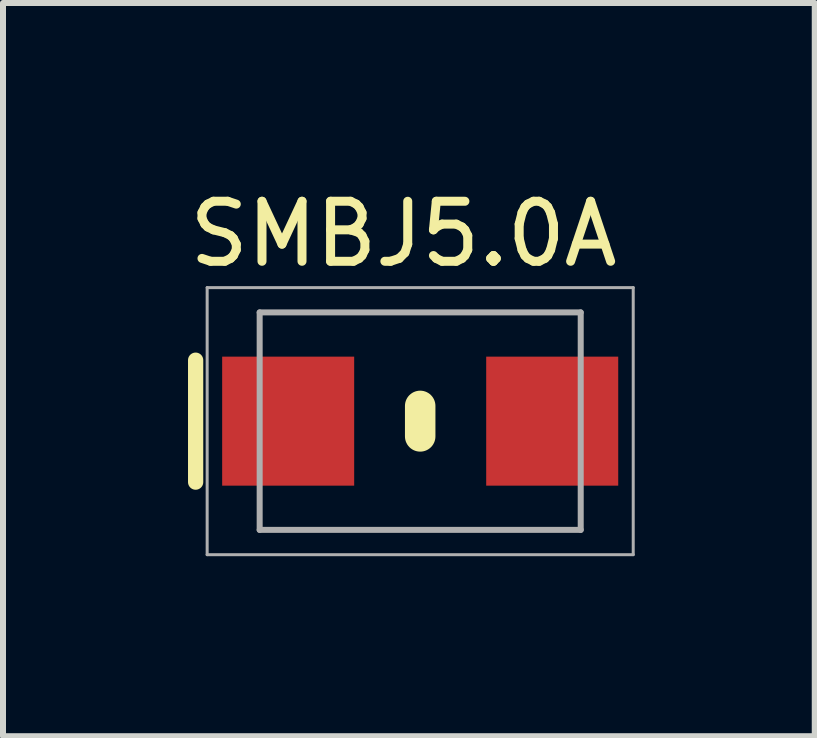
<source format=kicad_pcb>
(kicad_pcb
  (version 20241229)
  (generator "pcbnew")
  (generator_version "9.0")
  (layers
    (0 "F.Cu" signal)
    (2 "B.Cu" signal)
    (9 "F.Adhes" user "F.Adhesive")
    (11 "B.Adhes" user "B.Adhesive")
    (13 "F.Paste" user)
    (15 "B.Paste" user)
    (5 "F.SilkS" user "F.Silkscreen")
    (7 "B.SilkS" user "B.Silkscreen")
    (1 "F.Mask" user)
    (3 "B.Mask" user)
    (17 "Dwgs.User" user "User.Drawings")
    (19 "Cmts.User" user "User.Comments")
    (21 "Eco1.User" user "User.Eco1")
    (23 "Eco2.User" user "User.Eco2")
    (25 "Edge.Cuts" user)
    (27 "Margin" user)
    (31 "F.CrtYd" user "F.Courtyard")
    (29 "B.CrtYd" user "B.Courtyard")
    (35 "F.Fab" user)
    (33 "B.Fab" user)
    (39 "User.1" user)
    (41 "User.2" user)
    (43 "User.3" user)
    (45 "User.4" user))
  (footprint "SMBJ5.0A"
    (layer "F.Cu")
    (at 3.952 3.968)
    (property "Reference" "SMBJ5.0A" (at -0.279 -3.119 0) (layer "F.SilkS") (effects (font (size 1 1) (thickness 0.15))))
    (attr smd)
    (fp_line (start -3.742 1.016) (end -3.742 -1.016) (stroke (width 0.254) (type solid)) (layer "F.SilkS"))
    (fp_line (start 0 -0.254) (end 0 -0.127) (stroke (width 0.127) (type solid)) (layer "F.SilkS"))
    (fp_line (start 0 -0.254) (end 0 0.254) (stroke (width 0.508) (type solid)) (layer "F.SilkS"))
    (fp_line (start -3.55 -2.225) (end 3.55 -2.225) (stroke (width 0.05) (type solid)) (layer "F.Fab"))
    (fp_line (start -3.55 2.225) (end -3.55 -2.225) (stroke (width 0.05) (type solid)) (layer "F.Fab"))
    (fp_line (start -2.675 -1.812) (end 2.675 -1.812) (stroke (width 0.1) (type solid)) (layer "F.Fab"))
    (fp_line (start -2.675 1.812) (end -2.675 -1.812) (stroke (width 0.1) (type solid)) (layer "F.Fab"))
    (fp_line (start 2.675 -1.812) (end 2.675 1.812) (stroke (width 0.1) (type solid)) (layer "F.Fab"))
    (fp_line (start 2.675 1.812) (end -2.675 1.812) (stroke (width 0.1) (type solid)) (layer "F.Fab"))
    (fp_line (start 3.55 -2.225) (end 3.55 2.225) (stroke (width 0.05) (type solid)) (layer "F.Fab"))
    (fp_line (start 3.55 2.225) (end -3.55 2.225) (stroke (width 0.05) (type solid)) (layer "F.Fab"))
    (pad "1" smd rect (at -2.2 0) (size 2.2 2.15) (layers "F.Cu" "F.Mask" "F.Paste"))
    (pad "2" smd rect (at 2.2 0) (size 2.2 2.15) (layers "F.Cu" "F.Mask" "F.Paste")))
  (gr_rect
    (start -3 -3)
    (end 10.527 9.218)
    (stroke (width 0.1) (type default))
    (fill no)
    (layer "Edge.Cuts")))
</source>
